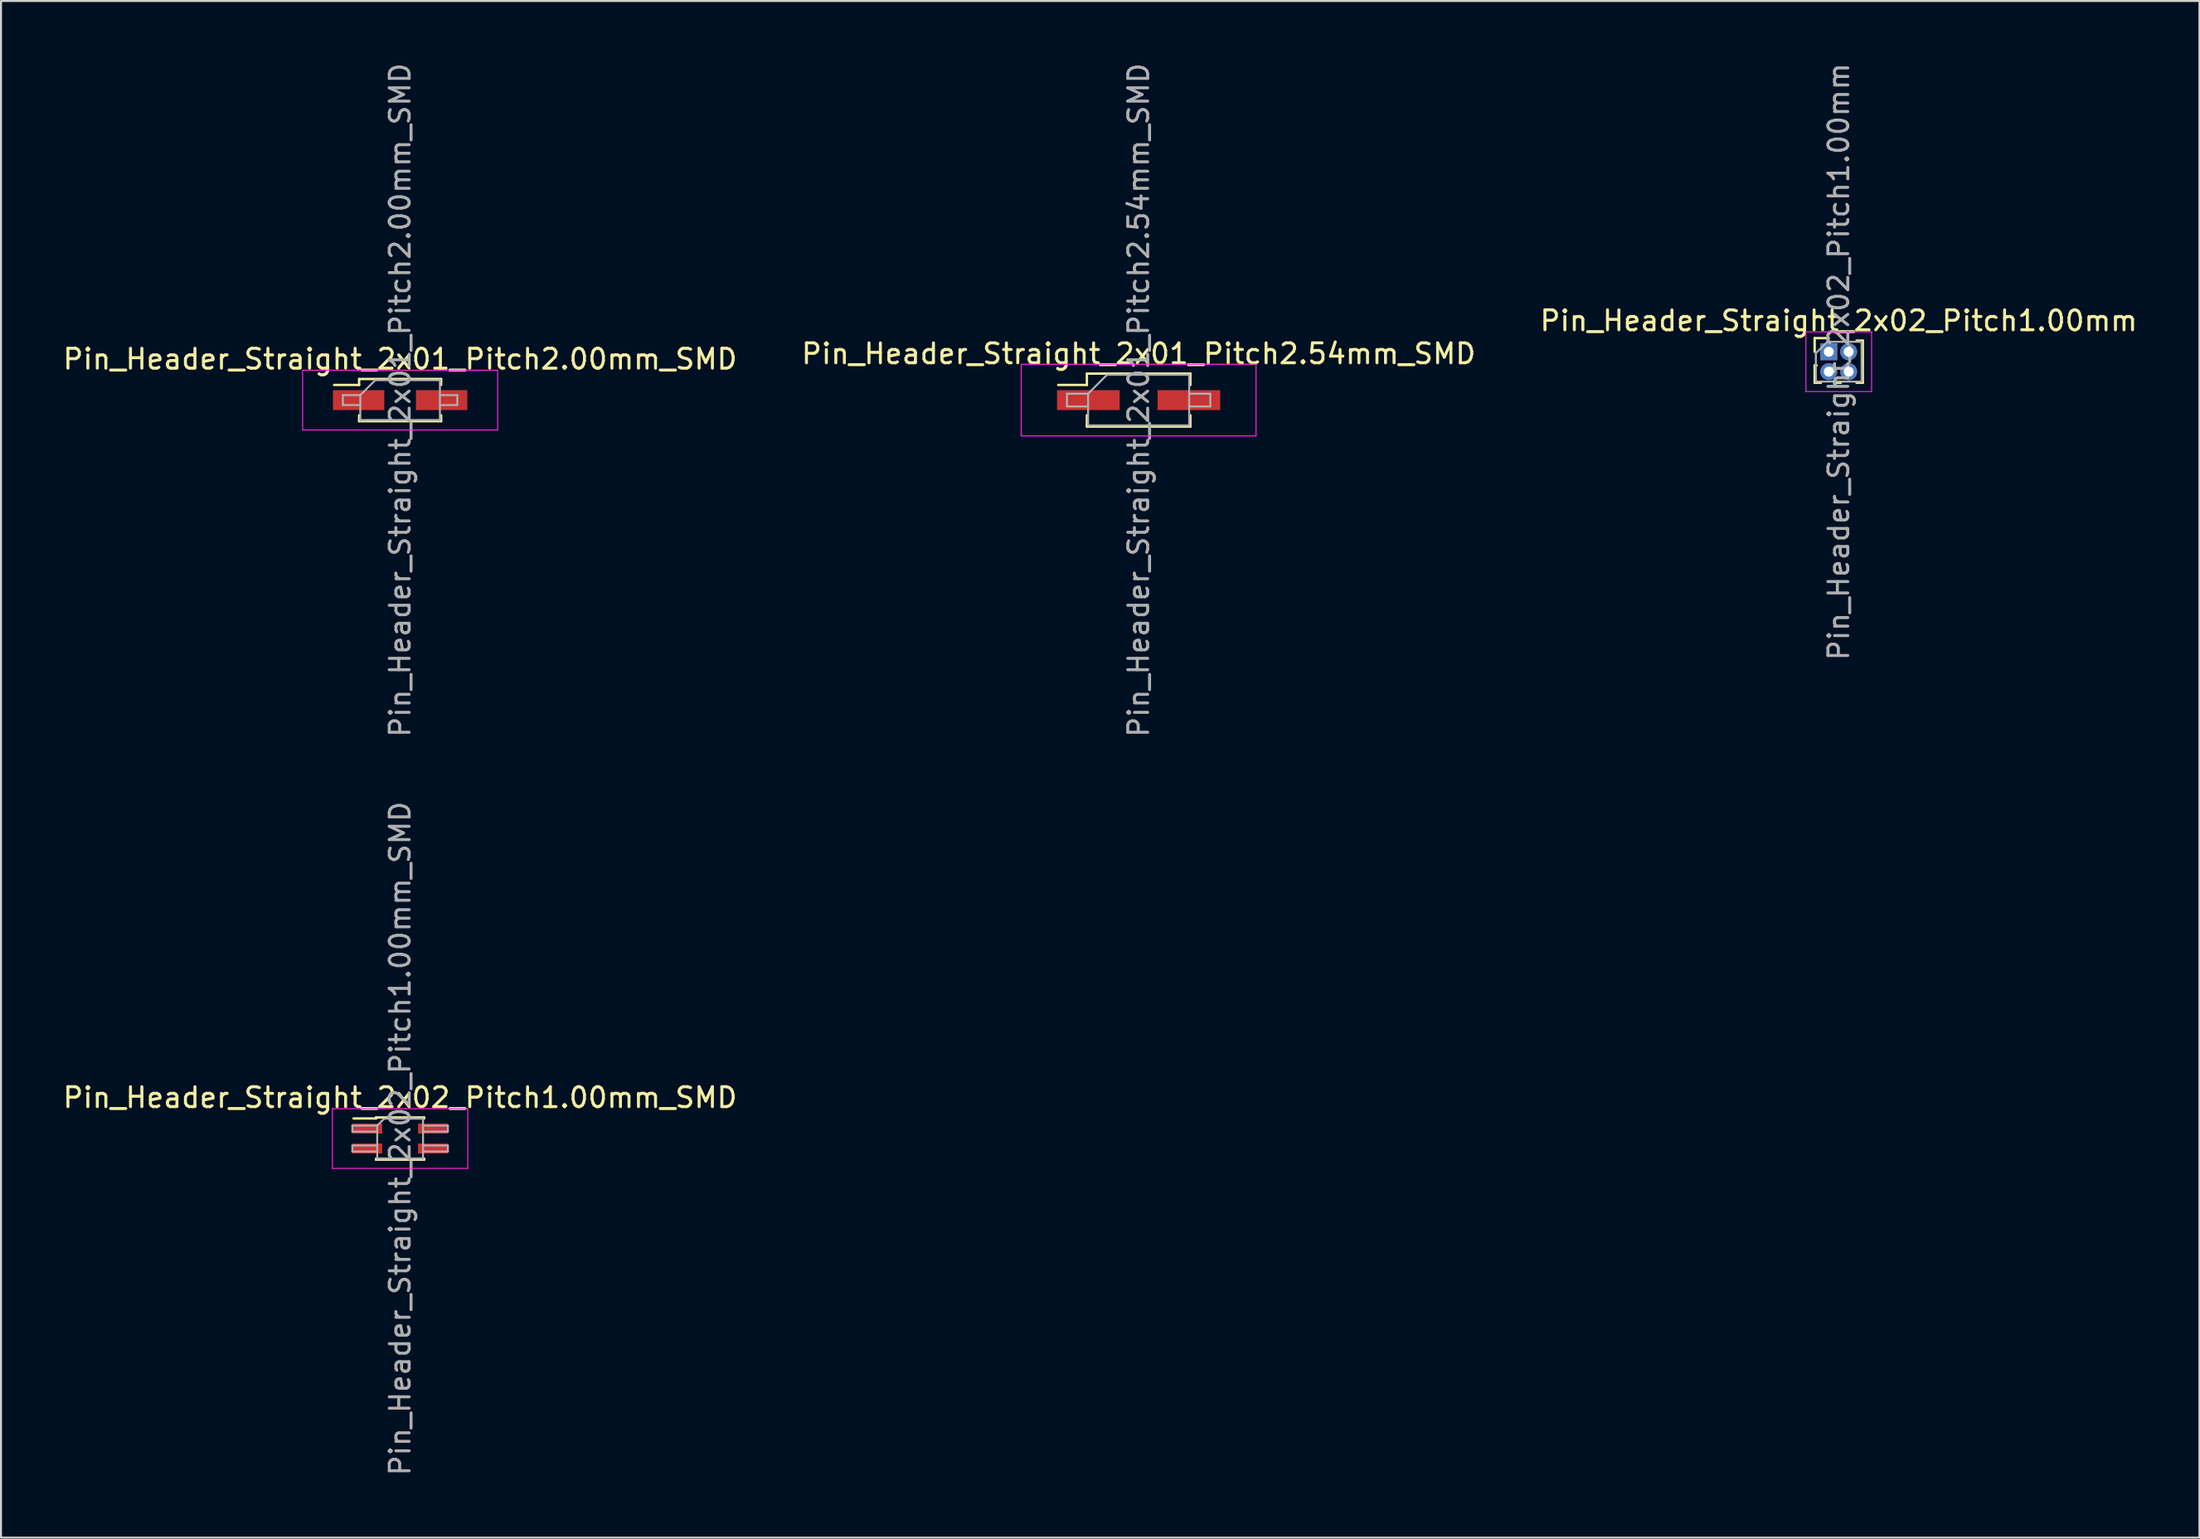
<source format=kicad_pcb>
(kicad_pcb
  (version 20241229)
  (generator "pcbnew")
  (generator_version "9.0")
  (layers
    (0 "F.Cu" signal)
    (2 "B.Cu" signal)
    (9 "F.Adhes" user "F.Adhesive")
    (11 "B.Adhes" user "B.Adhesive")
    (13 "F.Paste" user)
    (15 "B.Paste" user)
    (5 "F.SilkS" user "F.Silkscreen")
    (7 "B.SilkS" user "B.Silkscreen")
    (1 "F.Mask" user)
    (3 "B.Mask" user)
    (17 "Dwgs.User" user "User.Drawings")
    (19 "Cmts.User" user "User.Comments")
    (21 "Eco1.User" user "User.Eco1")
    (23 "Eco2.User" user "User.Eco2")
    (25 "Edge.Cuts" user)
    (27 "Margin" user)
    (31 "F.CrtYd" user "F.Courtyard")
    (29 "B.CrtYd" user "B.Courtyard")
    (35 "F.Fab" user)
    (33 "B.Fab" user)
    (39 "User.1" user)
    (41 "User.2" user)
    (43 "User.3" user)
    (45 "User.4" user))
  (footprint "Pin_Header_Straight_2x01_Pitch2.00mm_SMD"
    (layer "F.Cu")
    (at 17.054 17.054)
    (property "Reference" "Pin_Header_Straight_2x01_Pitch2.00mm_SMD" (at 0 -2.06 0) (layer "F.SilkS") (effects (font (size 1 1) (thickness 0.15))))
    (attr smd)
    (fp_line (start -3.315 -0.76) (end -2.06 -0.76) (stroke (width 0.12) (type solid)) (layer "F.SilkS"))
    (fp_line (start -2.06 -1.06) (end -2.06 -0.76) (stroke (width 0.12) (type solid)) (layer "F.SilkS"))
    (fp_line (start -2.06 -1.06) (end 2.06 -1.06) (stroke (width 0.12) (type solid)) (layer "F.SilkS"))
    (fp_line (start -2.06 0.76) (end -2.06 1.06) (stroke (width 0.12) (type solid)) (layer "F.SilkS"))
    (fp_line (start -2.06 1.06) (end 2.06 1.06) (stroke (width 0.12) (type solid)) (layer "F.SilkS"))
    (fp_line (start 2.06 -1.06) (end 2.06 -0.76) (stroke (width 0.12) (type solid)) (layer "F.SilkS"))
    (fp_line (start 2.06 0.76) (end 2.06 1.06) (stroke (width 0.12) (type solid)) (layer "F.SilkS"))
    (fp_line (start -4.9 -1.5) (end -4.9 1.5) (stroke (width 0.05) (type solid)) (layer "F.CrtYd"))
    (fp_line (start -4.9 1.5) (end 4.9 1.5) (stroke (width 0.05) (type solid)) (layer "F.CrtYd"))
    (fp_line (start 4.9 -1.5) (end -4.9 -1.5) (stroke (width 0.05) (type solid)) (layer "F.CrtYd"))
    (fp_line (start 4.9 1.5) (end 4.9 -1.5) (stroke (width 0.05) (type solid)) (layer "F.CrtYd"))
    (fp_line (start -2.875 -0.25) (end -2.875 0.25) (stroke (width 0.1) (type solid)) (layer "F.Fab"))
    (fp_line (start -2.875 0.25) (end -2 0.25) (stroke (width 0.1) (type solid)) (layer "F.Fab"))
    (fp_line (start -2 -0.25) (end -2.875 -0.25) (stroke (width 0.1) (type solid)) (layer "F.Fab"))
    (fp_line (start -2 -0.25) (end -1.25 -1) (stroke (width 0.1) (type solid)) (layer "F.Fab"))
    (fp_line (start -2 1) (end -2 -0.25) (stroke (width 0.1) (type solid)) (layer "F.Fab"))
    (fp_line (start -1.25 -1) (end 2 -1) (stroke (width 0.1) (type solid)) (layer "F.Fab"))
    (fp_line (start 2 -1) (end 2 1) (stroke (width 0.1) (type solid)) (layer "F.Fab"))
    (fp_line (start 2 -0.25) (end 2.875 -0.25) (stroke (width 0.1) (type solid)) (layer "F.Fab"))
    (fp_line (start 2 1) (end -2 1) (stroke (width 0.1) (type solid)) (layer "F.Fab"))
    (fp_line (start 2.875 -0.25) (end 2.875 0.25) (stroke (width 0.1) (type solid)) (layer "F.Fab"))
    (fp_line (start 2.875 0.25) (end 2 0.25) (stroke (width 0.1) (type solid)) (layer "F.Fab"))
    (fp_text user "${REFERENCE}" (at 0 0 90) (layer "F.Fab") (effects (font (size 1 1) (thickness 0.15))))
    (pad "1" smd rect (at -2.085 0) (size 2.58 1) (layers "F.Cu" "F.Mask" "F.Paste"))
    (pad "2" smd rect (at 2.085 0) (size 2.58 1) (layers "F.Cu" "F.Mask" "F.Paste")))
  (footprint "Pin_Header_Straight_2x02_Pitch1.00mm"
    (layer "F.Cu")
    (at 88.839 14.625)
    (property "Reference" "Pin_Header_Straight_2x02_Pitch1.00mm" (at 0.5 -1.56 0) (layer "F.SilkS") (effects (font (size 1 1) (thickness 0.15))))
    (attr through_hole)
    (fp_line (start -0.71 -0.685) (end 0 -0.685) (stroke (width 0.12) (type solid)) (layer "F.SilkS"))
    (fp_line (start -0.71 0) (end -0.71 -0.685) (stroke (width 0.12) (type solid)) (layer "F.SilkS"))
    (fp_line (start -0.71 0.685) (end -0.71 1.56) (stroke (width 0.12) (type solid)) (layer "F.SilkS"))
    (fp_line (start -0.71 0.685) (end -0.608 0.685) (stroke (width 0.12) (type solid)) (layer "F.SilkS"))
    (fp_line (start -0.71 1.56) (end -0.394 1.56) (stroke (width 0.12) (type solid)) (layer "F.SilkS"))
    (fp_line (start 0.394 1.56) (end 0.606 1.56) (stroke (width 0.12) (type solid)) (layer "F.SilkS"))
    (fp_line (start 1.394 -0.56) (end 1.71 -0.56) (stroke (width 0.12) (type solid)) (layer "F.SilkS"))
    (fp_line (start 1.394 1.56) (end 1.71 1.56) (stroke (width 0.12) (type solid)) (layer "F.SilkS"))
    (fp_line (start 1.71 -0.56) (end 1.71 1.56) (stroke (width 0.12) (type solid)) (layer "F.SilkS"))
    (fp_line (start -1.15 -1) (end -1.15 2) (stroke (width 0.05) (type solid)) (layer "F.CrtYd"))
    (fp_line (start -1.15 2) (end 2.15 2) (stroke (width 0.05) (type solid)) (layer "F.CrtYd"))
    (fp_line (start 2.15 -1) (end -1.15 -1) (stroke (width 0.05) (type solid)) (layer "F.CrtYd"))
    (fp_line (start 2.15 2) (end 2.15 -1) (stroke (width 0.05) (type solid)) (layer "F.CrtYd"))
    (fp_line (start -0.65 0.075) (end -0.075 -0.5) (stroke (width 0.1) (type solid)) (layer "F.Fab"))
    (fp_line (start -0.65 1.5) (end -0.65 0.075) (stroke (width 0.1) (type solid)) (layer "F.Fab"))
    (fp_line (start -0.075 -0.5) (end 1.65 -0.5) (stroke (width 0.1) (type solid)) (layer "F.Fab"))
    (fp_line (start 1.65 -0.5) (end 1.65 1.5) (stroke (width 0.1) (type solid)) (layer "F.Fab"))
    (fp_line (start 1.65 1.5) (end -0.65 1.5) (stroke (width 0.1) (type solid)) (layer "F.Fab"))
    (fp_text user "${REFERENCE}" (at 0.5 0.5 90) (layer "F.Fab") (effects (font (size 1 1) (thickness 0.15))))
    (pad "1" thru_hole rect (at 0 0) (size 0.85 0.85) (drill 0.5) (layers "*.Cu" "*.Mask"))
    (pad "2" thru_hole oval (at 1 0) (size 0.85 0.85) (drill 0.5) (layers "*.Cu" "*.Mask"))
    (pad "3" thru_hole oval (at 0 1) (size 0.85 0.85) (drill 0.5) (layers "*.Cu" "*.Mask"))
    (pad "4" thru_hole oval (at 1 1) (size 0.85 0.85) (drill 0.5) (layers "*.Cu" "*.Mask")))
  (footprint "Pin_Header_Straight_2x01_Pitch2.54mm_SMD"
    (layer "F.Cu")
    (at 54.161 17.054)
    (property "Reference" "Pin_Header_Straight_2x01_Pitch2.54mm_SMD" (at 0 -2.33 0) (layer "F.SilkS") (effects (font (size 1 1) (thickness 0.15))))
    (attr smd)
    (fp_line (start -4.04 -0.76) (end -2.6 -0.76) (stroke (width 0.12) (type solid)) (layer "F.SilkS"))
    (fp_line (start -2.6 -1.33) (end -2.6 -0.76) (stroke (width 0.12) (type solid)) (layer "F.SilkS"))
    (fp_line (start -2.6 -1.33) (end 2.6 -1.33) (stroke (width 0.12) (type solid)) (layer "F.SilkS"))
    (fp_line (start -2.6 0.76) (end -2.6 1.33) (stroke (width 0.12) (type solid)) (layer "F.SilkS"))
    (fp_line (start -2.6 1.33) (end 2.6 1.33) (stroke (width 0.12) (type solid)) (layer "F.SilkS"))
    (fp_line (start 2.6 -1.33) (end 2.6 -0.76) (stroke (width 0.12) (type solid)) (layer "F.SilkS"))
    (fp_line (start 2.6 0.76) (end 2.6 1.33) (stroke (width 0.12) (type solid)) (layer "F.SilkS"))
    (fp_line (start -5.9 -1.8) (end -5.9 1.8) (stroke (width 0.05) (type solid)) (layer "F.CrtYd"))
    (fp_line (start -5.9 1.8) (end 5.9 1.8) (stroke (width 0.05) (type solid)) (layer "F.CrtYd"))
    (fp_line (start 5.9 -1.8) (end -5.9 -1.8) (stroke (width 0.05) (type solid)) (layer "F.CrtYd"))
    (fp_line (start 5.9 1.8) (end 5.9 -1.8) (stroke (width 0.05) (type solid)) (layer "F.CrtYd"))
    (fp_line (start -3.6 -0.32) (end -3.6 0.32) (stroke (width 0.1) (type solid)) (layer "F.Fab"))
    (fp_line (start -3.6 0.32) (end -2.54 0.32) (stroke (width 0.1) (type solid)) (layer "F.Fab"))
    (fp_line (start -2.54 -0.32) (end -3.6 -0.32) (stroke (width 0.1) (type solid)) (layer "F.Fab"))
    (fp_line (start -2.54 -0.32) (end -1.59 -1.27) (stroke (width 0.1) (type solid)) (layer "F.Fab"))
    (fp_line (start -2.54 1.27) (end -2.54 -0.32) (stroke (width 0.1) (type solid)) (layer "F.Fab"))
    (fp_line (start -1.59 -1.27) (end 2.54 -1.27) (stroke (width 0.1) (type solid)) (layer "F.Fab"))
    (fp_line (start 2.54 -1.27) (end 2.54 1.27) (stroke (width 0.1) (type solid)) (layer "F.Fab"))
    (fp_line (start 2.54 -0.32) (end 3.6 -0.32) (stroke (width 0.1) (type solid)) (layer "F.Fab"))
    (fp_line (start 2.54 1.27) (end -2.54 1.27) (stroke (width 0.1) (type solid)) (layer "F.Fab"))
    (fp_line (start 3.6 -0.32) (end 3.6 0.32) (stroke (width 0.1) (type solid)) (layer "F.Fab"))
    (fp_line (start 3.6 0.32) (end 2.54 0.32) (stroke (width 0.1) (type solid)) (layer "F.Fab"))
    (fp_text user "${REFERENCE}" (at 0 0 90) (layer "F.Fab") (effects (font (size 1 1) (thickness 0.15))))
    (pad "1" smd rect (at -2.525 0) (size 3.15 1) (layers "F.Cu" "F.Mask" "F.Paste"))
    (pad "2" smd rect (at 2.525 0) (size 3.15 1) (layers "F.Cu" "F.Mask" "F.Paste")))
  (footprint "Pin_Header_Straight_2x02_Pitch1.00mm_SMD"
    (layer "F.Cu")
    (at 17.054 54.161)
    (property "Reference" "Pin_Header_Straight_2x02_Pitch1.00mm_SMD" (at 0 -2.06 0) (layer "F.SilkS") (effects (font (size 1 1) (thickness 0.15))))
    (attr smd)
    (fp_line (start -2.34 -1.01) (end -1.21 -1.01) (stroke (width 0.12) (type solid)) (layer "F.SilkS"))
    (fp_line (start -1.21 -1.06) (end -1.21 -1.01) (stroke (width 0.12) (type solid)) (layer "F.SilkS"))
    (fp_line (start -1.21 -1.06) (end 1.21 -1.06) (stroke (width 0.12) (type solid)) (layer "F.SilkS"))
    (fp_line (start -1.21 1.01) (end -1.21 1.06) (stroke (width 0.12) (type solid)) (layer "F.SilkS"))
    (fp_line (start -1.21 1.06) (end 1.21 1.06) (stroke (width 0.12) (type solid)) (layer "F.SilkS"))
    (fp_line (start 1.21 -1.06) (end 1.21 -1.01) (stroke (width 0.12) (type solid)) (layer "F.SilkS"))
    (fp_line (start 1.21 1.01) (end 1.21 1.06) (stroke (width 0.12) (type solid)) (layer "F.SilkS"))
    (fp_line (start -3.4 -1.5) (end -3.4 1.5) (stroke (width 0.05) (type solid)) (layer "F.CrtYd"))
    (fp_line (start -3.4 1.5) (end 3.4 1.5) (stroke (width 0.05) (type solid)) (layer "F.CrtYd"))
    (fp_line (start 3.4 -1.5) (end -3.4 -1.5) (stroke (width 0.05) (type solid)) (layer "F.CrtYd"))
    (fp_line (start 3.4 1.5) (end 3.4 -1.5) (stroke (width 0.05) (type solid)) (layer "F.CrtYd"))
    (fp_line (start -2.4 -0.65) (end -2.4 -0.35) (stroke (width 0.1) (type solid)) (layer "F.Fab"))
    (fp_line (start -2.4 -0.35) (end -1.15 -0.35) (stroke (width 0.1) (type solid)) (layer "F.Fab"))
    (fp_line (start -2.4 0.35) (end -2.4 0.65) (stroke (width 0.1) (type solid)) (layer "F.Fab"))
    (fp_line (start -2.4 0.65) (end -1.15 0.65) (stroke (width 0.1) (type solid)) (layer "F.Fab"))
    (fp_line (start -1.15 -0.65) (end -2.4 -0.65) (stroke (width 0.1) (type solid)) (layer "F.Fab"))
    (fp_line (start -1.15 -0.65) (end -0.8 -1) (stroke (width 0.1) (type solid)) (layer "F.Fab"))
    (fp_line (start -1.15 0.35) (end -2.4 0.35) (stroke (width 0.1) (type solid)) (layer "F.Fab"))
    (fp_line (start -1.15 1) (end -1.15 -0.65) (stroke (width 0.1) (type solid)) (layer "F.Fab"))
    (fp_line (start -0.8 -1) (end 1.15 -1) (stroke (width 0.1) (type solid)) (layer "F.Fab"))
    (fp_line (start 1.15 -1) (end 1.15 1) (stroke (width 0.1) (type solid)) (layer "F.Fab"))
    (fp_line (start 1.15 -0.65) (end 2.4 -0.65) (stroke (width 0.1) (type solid)) (layer "F.Fab"))
    (fp_line (start 1.15 0.35) (end 2.4 0.35) (stroke (width 0.1) (type solid)) (layer "F.Fab"))
    (fp_line (start 1.15 1) (end -1.15 1) (stroke (width 0.1) (type solid)) (layer "F.Fab"))
    (fp_line (start 2.4 -0.65) (end 2.4 -0.35) (stroke (width 0.1) (type solid)) (layer "F.Fab"))
    (fp_line (start 2.4 -0.35) (end 1.15 -0.35) (stroke (width 0.1) (type solid)) (layer "F.Fab"))
    (fp_line (start 2.4 0.35) (end 2.4 0.65) (stroke (width 0.1) (type solid)) (layer "F.Fab"))
    (fp_line (start 2.4 0.65) (end 1.15 0.65) (stroke (width 0.1) (type solid)) (layer "F.Fab"))
    (fp_text user "${REFERENCE}" (at 0 0 90) (layer "F.Fab") (effects (font (size 1 1) (thickness 0.15))))
    (pad "1" smd rect (at -1.65 -0.5) (size 1.5 0.5) (layers "F.Cu" "F.Mask" "F.Paste"))
    (pad "2" smd rect (at 1.65 -0.5) (size 1.5 0.5) (layers "F.Cu" "F.Mask" "F.Paste"))
    (pad "3" smd rect (at -1.65 0.5) (size 1.5 0.5) (layers "F.Cu" "F.Mask" "F.Paste"))
    (pad "4" smd rect (at 1.65 0.5) (size 1.5 0.5) (layers "F.Cu" "F.Mask" "F.Paste")))
  (gr_rect
    (start -3 -3)
    (end 107.464 74.214)
    (stroke (width 0.1) (type default))
    (fill no)
    (layer "Edge.Cuts")))
</source>
